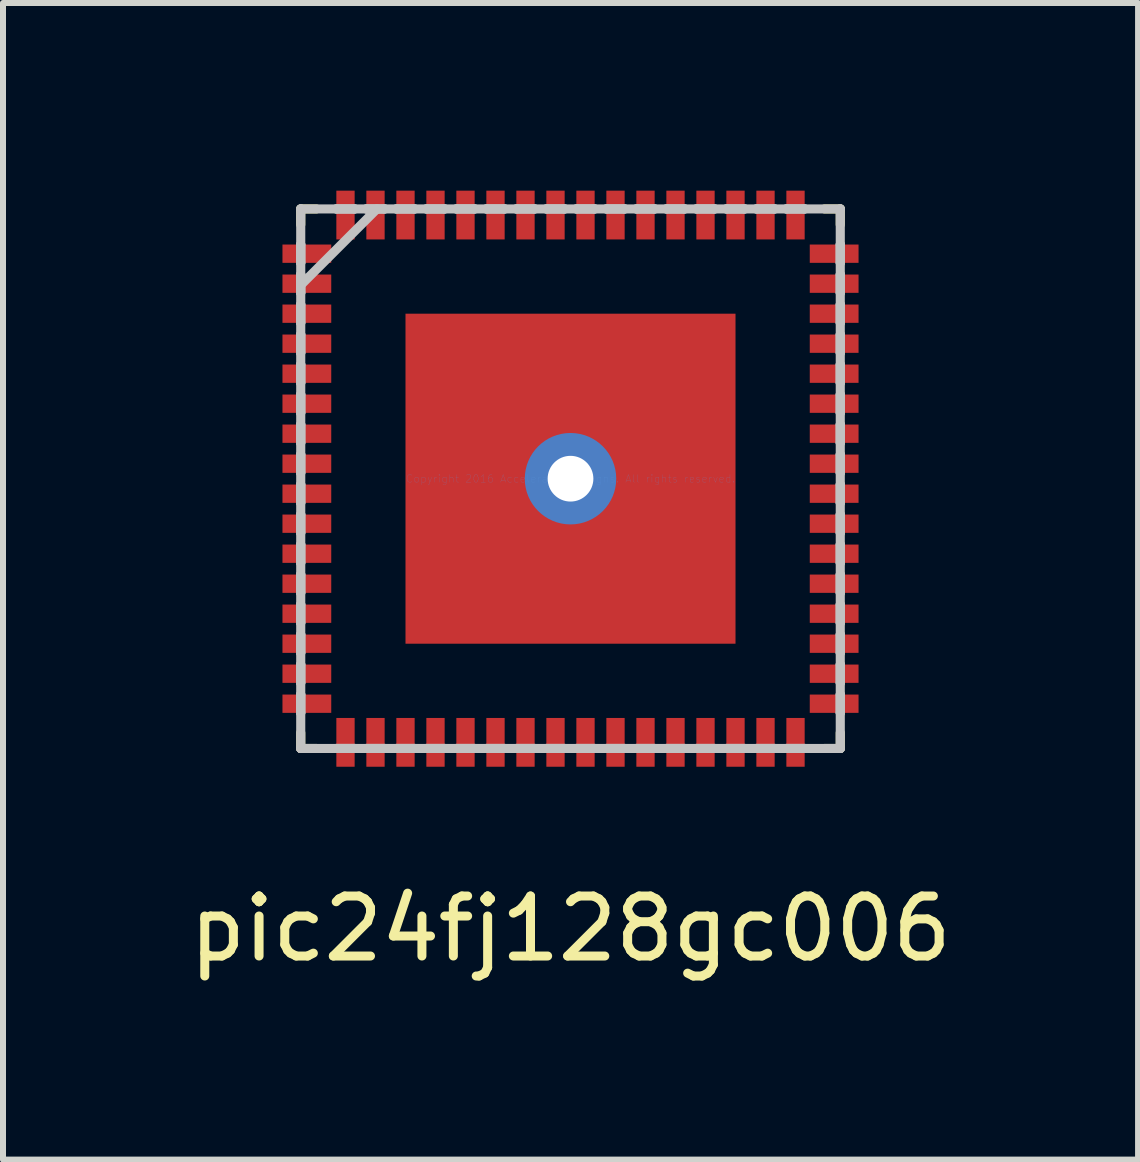
<source format=kicad_pcb>
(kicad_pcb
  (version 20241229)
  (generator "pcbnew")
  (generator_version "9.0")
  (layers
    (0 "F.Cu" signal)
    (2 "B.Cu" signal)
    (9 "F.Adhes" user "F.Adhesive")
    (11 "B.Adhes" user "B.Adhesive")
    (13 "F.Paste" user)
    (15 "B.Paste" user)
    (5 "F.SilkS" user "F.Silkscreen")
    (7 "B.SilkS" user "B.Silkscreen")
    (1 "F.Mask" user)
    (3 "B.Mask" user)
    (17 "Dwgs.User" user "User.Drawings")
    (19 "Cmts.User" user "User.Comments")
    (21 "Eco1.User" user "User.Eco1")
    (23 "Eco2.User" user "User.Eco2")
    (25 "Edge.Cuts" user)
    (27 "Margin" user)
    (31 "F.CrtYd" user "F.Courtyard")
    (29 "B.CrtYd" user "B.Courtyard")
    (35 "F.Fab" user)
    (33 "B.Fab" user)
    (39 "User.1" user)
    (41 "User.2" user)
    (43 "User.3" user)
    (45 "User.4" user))
  (footprint "pic24fj128gc006"
    (layer "F.Cu")
    (at 6.458 4.928)
    (property "Reference" "pic24fj128gc006" (at 0 7.5 0) (layer "F.SilkS") (effects (font (size 1 1) (thickness 0.15))))
    (attr through_hole)
    (fp_line (start -4.496 -4.496) (end -4.496 -4.235) (stroke (width 0.152) (type solid)) (layer "F.SilkS"))
    (fp_line (start -4.496 4.235) (end -4.496 4.496) (stroke (width 0.152) (type solid)) (layer "F.SilkS"))
    (fp_line (start -4.496 4.496) (end -4.235 4.496) (stroke (width 0.152) (type solid)) (layer "F.SilkS"))
    (fp_line (start -4.235 -4.496) (end -4.496 -4.496) (stroke (width 0.152) (type solid)) (layer "F.SilkS"))
    (fp_line (start 4.235 4.496) (end 4.496 4.496) (stroke (width 0.152) (type solid)) (layer "F.SilkS"))
    (fp_line (start 4.496 -4.496) (end 4.235 -4.496) (stroke (width 0.152) (type solid)) (layer "F.SilkS"))
    (fp_line (start 4.496 -4.235) (end 4.496 -4.496) (stroke (width 0.152) (type solid)) (layer "F.SilkS"))
    (fp_line (start 4.496 4.496) (end 4.496 4.235) (stroke (width 0.152) (type solid)) (layer "F.SilkS"))
    (fp_line (start -4.496 -4.496) (end -4.496 -4.496) (stroke (width 0.152) (type solid)) (layer "Dwgs.User"))
    (fp_line (start -4.496 -4.496) (end -4.496 4.496) (stroke (width 0.152) (type solid)) (layer "Dwgs.User"))
    (fp_line (start -4.496 -3.902) (end -4.496 -3.902) (stroke (width 0.152) (type solid)) (layer "Dwgs.User"))
    (fp_line (start -4.496 -3.902) (end -4.496 -3.598) (stroke (width 0.152) (type solid)) (layer "Dwgs.User"))
    (fp_line (start -4.496 -3.598) (end -4.496 -3.902) (stroke (width 0.152) (type solid)) (layer "Dwgs.User"))
    (fp_line (start -4.496 -3.598) (end -4.496 -3.598) (stroke (width 0.152) (type solid)) (layer "Dwgs.User"))
    (fp_line (start -4.496 -3.402) (end -4.496 -3.402) (stroke (width 0.152) (type solid)) (layer "Dwgs.User"))
    (fp_line (start -4.496 -3.402) (end -4.496 -3.098) (stroke (width 0.152) (type solid)) (layer "Dwgs.User"))
    (fp_line (start -4.496 -3.226) (end -3.226 -4.496) (stroke (width 0.152) (type solid)) (layer "Dwgs.User"))
    (fp_line (start -4.496 -3.098) (end -4.496 -3.402) (stroke (width 0.152) (type solid)) (layer "Dwgs.User"))
    (fp_line (start -4.496 -3.098) (end -4.496 -3.098) (stroke (width 0.152) (type solid)) (layer "Dwgs.User"))
    (fp_line (start -4.496 -2.902) (end -4.496 -2.902) (stroke (width 0.152) (type solid)) (layer "Dwgs.User"))
    (fp_line (start -4.496 -2.902) (end -4.496 -2.598) (stroke (width 0.152) (type solid)) (layer "Dwgs.User"))
    (fp_line (start -4.496 -2.598) (end -4.496 -2.902) (stroke (width 0.152) (type solid)) (layer "Dwgs.User"))
    (fp_line (start -4.496 -2.598) (end -4.496 -2.598) (stroke (width 0.152) (type solid)) (layer "Dwgs.User"))
    (fp_line (start -4.496 -2.402) (end -4.496 -2.402) (stroke (width 0.152) (type solid)) (layer "Dwgs.User"))
    (fp_line (start -4.496 -2.402) (end -4.496 -2.098) (stroke (width 0.152) (type solid)) (layer "Dwgs.User"))
    (fp_line (start -4.496 -2.098) (end -4.496 -2.402) (stroke (width 0.152) (type solid)) (layer "Dwgs.User"))
    (fp_line (start -4.496 -2.098) (end -4.496 -2.098) (stroke (width 0.152) (type solid)) (layer "Dwgs.User"))
    (fp_line (start -4.496 -1.902) (end -4.496 -1.902) (stroke (width 0.152) (type solid)) (layer "Dwgs.User"))
    (fp_line (start -4.496 -1.902) (end -4.496 -1.598) (stroke (width 0.152) (type solid)) (layer "Dwgs.User"))
    (fp_line (start -4.496 -1.598) (end -4.496 -1.902) (stroke (width 0.152) (type solid)) (layer "Dwgs.User"))
    (fp_line (start -4.496 -1.598) (end -4.496 -1.598) (stroke (width 0.152) (type solid)) (layer "Dwgs.User"))
    (fp_line (start -4.496 -1.402) (end -4.496 -1.402) (stroke (width 0.152) (type solid)) (layer "Dwgs.User"))
    (fp_line (start -4.496 -1.402) (end -4.496 -1.098) (stroke (width 0.152) (type solid)) (layer "Dwgs.User"))
    (fp_line (start -4.496 -1.098) (end -4.496 -1.402) (stroke (width 0.152) (type solid)) (layer "Dwgs.User"))
    (fp_line (start -4.496 -1.098) (end -4.496 -1.098) (stroke (width 0.152) (type solid)) (layer "Dwgs.User"))
    (fp_line (start -4.496 -0.902) (end -4.496 -0.902) (stroke (width 0.152) (type solid)) (layer "Dwgs.User"))
    (fp_line (start -4.496 -0.902) (end -4.496 -0.598) (stroke (width 0.152) (type solid)) (layer "Dwgs.User"))
    (fp_line (start -4.496 -0.598) (end -4.496 -0.902) (stroke (width 0.152) (type solid)) (layer "Dwgs.User"))
    (fp_line (start -4.496 -0.598) (end -4.496 -0.598) (stroke (width 0.152) (type solid)) (layer "Dwgs.User"))
    (fp_line (start -4.496 -0.402) (end -4.496 -0.402) (stroke (width 0.152) (type solid)) (layer "Dwgs.User"))
    (fp_line (start -4.496 -0.402) (end -4.496 -0.098) (stroke (width 0.152) (type solid)) (layer "Dwgs.User"))
    (fp_line (start -4.496 -0.098) (end -4.496 -0.402) (stroke (width 0.152) (type solid)) (layer "Dwgs.User"))
    (fp_line (start -4.496 -0.098) (end -4.496 -0.098) (stroke (width 0.152) (type solid)) (layer "Dwgs.User"))
    (fp_line (start -4.496 0.098) (end -4.496 0.098) (stroke (width 0.152) (type solid)) (layer "Dwgs.User"))
    (fp_line (start -4.496 0.098) (end -4.496 0.402) (stroke (width 0.152) (type solid)) (layer "Dwgs.User"))
    (fp_line (start -4.496 0.402) (end -4.496 0.098) (stroke (width 0.152) (type solid)) (layer "Dwgs.User"))
    (fp_line (start -4.496 0.402) (end -4.496 0.402) (stroke (width 0.152) (type solid)) (layer "Dwgs.User"))
    (fp_line (start -4.496 0.598) (end -4.496 0.598) (stroke (width 0.152) (type solid)) (layer "Dwgs.User"))
    (fp_line (start -4.496 0.598) (end -4.496 0.902) (stroke (width 0.152) (type solid)) (layer "Dwgs.User"))
    (fp_line (start -4.496 0.902) (end -4.496 0.598) (stroke (width 0.152) (type solid)) (layer "Dwgs.User"))
    (fp_line (start -4.496 0.902) (end -4.496 0.902) (stroke (width 0.152) (type solid)) (layer "Dwgs.User"))
    (fp_line (start -4.496 1.098) (end -4.496 1.098) (stroke (width 0.152) (type solid)) (layer "Dwgs.User"))
    (fp_line (start -4.496 1.098) (end -4.496 1.402) (stroke (width 0.152) (type solid)) (layer "Dwgs.User"))
    (fp_line (start -4.496 1.402) (end -4.496 1.098) (stroke (width 0.152) (type solid)) (layer "Dwgs.User"))
    (fp_line (start -4.496 1.402) (end -4.496 1.402) (stroke (width 0.152) (type solid)) (layer "Dwgs.User"))
    (fp_line (start -4.496 1.598) (end -4.496 1.598) (stroke (width 0.152) (type solid)) (layer "Dwgs.User"))
    (fp_line (start -4.496 1.598) (end -4.496 1.902) (stroke (width 0.152) (type solid)) (layer "Dwgs.User"))
    (fp_line (start -4.496 1.902) (end -4.496 1.598) (stroke (width 0.152) (type solid)) (layer "Dwgs.User"))
    (fp_line (start -4.496 1.902) (end -4.496 1.902) (stroke (width 0.152) (type solid)) (layer "Dwgs.User"))
    (fp_line (start -4.496 2.098) (end -4.496 2.098) (stroke (width 0.152) (type solid)) (layer "Dwgs.User"))
    (fp_line (start -4.496 2.098) (end -4.496 2.402) (stroke (width 0.152) (type solid)) (layer "Dwgs.User"))
    (fp_line (start -4.496 2.402) (end -4.496 2.098) (stroke (width 0.152) (type solid)) (layer "Dwgs.User"))
    (fp_line (start -4.496 2.402) (end -4.496 2.402) (stroke (width 0.152) (type solid)) (layer "Dwgs.User"))
    (fp_line (start -4.496 2.598) (end -4.496 2.598) (stroke (width 0.152) (type solid)) (layer "Dwgs.User"))
    (fp_line (start -4.496 2.598) (end -4.496 2.902) (stroke (width 0.152) (type solid)) (layer "Dwgs.User"))
    (fp_line (start -4.496 2.902) (end -4.496 2.598) (stroke (width 0.152) (type solid)) (layer "Dwgs.User"))
    (fp_line (start -4.496 2.902) (end -4.496 2.902) (stroke (width 0.152) (type solid)) (layer "Dwgs.User"))
    (fp_line (start -4.496 3.098) (end -4.496 3.098) (stroke (width 0.152) (type solid)) (layer "Dwgs.User"))
    (fp_line (start -4.496 3.098) (end -4.496 3.402) (stroke (width 0.152) (type solid)) (layer "Dwgs.User"))
    (fp_line (start -4.496 3.402) (end -4.496 3.098) (stroke (width 0.152) (type solid)) (layer "Dwgs.User"))
    (fp_line (start -4.496 3.402) (end -4.496 3.402) (stroke (width 0.152) (type solid)) (layer "Dwgs.User"))
    (fp_line (start -4.496 3.598) (end -4.496 3.598) (stroke (width 0.152) (type solid)) (layer "Dwgs.User"))
    (fp_line (start -4.496 3.598) (end -4.496 3.902) (stroke (width 0.152) (type solid)) (layer "Dwgs.User"))
    (fp_line (start -4.496 3.902) (end -4.496 3.598) (stroke (width 0.152) (type solid)) (layer "Dwgs.User"))
    (fp_line (start -4.496 3.902) (end -4.496 3.902) (stroke (width 0.152) (type solid)) (layer "Dwgs.User"))
    (fp_line (start -4.496 4.496) (end -4.496 4.496) (stroke (width 0.152) (type solid)) (layer "Dwgs.User"))
    (fp_line (start -4.496 4.496) (end 4.496 4.496) (stroke (width 0.152) (type solid)) (layer "Dwgs.User"))
    (fp_line (start -3.902 -4.496) (end -3.902 -4.496) (stroke (width 0.152) (type solid)) (layer "Dwgs.User"))
    (fp_line (start -3.902 -4.496) (end -3.598 -4.496) (stroke (width 0.152) (type solid)) (layer "Dwgs.User"))
    (fp_line (start -3.902 4.496) (end -3.902 4.496) (stroke (width 0.152) (type solid)) (layer "Dwgs.User"))
    (fp_line (start -3.902 4.496) (end -3.598 4.496) (stroke (width 0.152) (type solid)) (layer "Dwgs.User"))
    (fp_line (start -3.598 -4.496) (end -3.902 -4.496) (stroke (width 0.152) (type solid)) (layer "Dwgs.User"))
    (fp_line (start -3.598 -4.496) (end -3.598 -4.496) (stroke (width 0.152) (type solid)) (layer "Dwgs.User"))
    (fp_line (start -3.598 4.496) (end -3.902 4.496) (stroke (width 0.152) (type solid)) (layer "Dwgs.User"))
    (fp_line (start -3.598 4.496) (end -3.598 4.496) (stroke (width 0.152) (type solid)) (layer "Dwgs.User"))
    (fp_line (start -3.402 -4.496) (end -3.402 -4.496) (stroke (width 0.152) (type solid)) (layer "Dwgs.User"))
    (fp_line (start -3.402 -4.496) (end -3.098 -4.496) (stroke (width 0.152) (type solid)) (layer "Dwgs.User"))
    (fp_line (start -3.402 4.496) (end -3.402 4.496) (stroke (width 0.152) (type solid)) (layer "Dwgs.User"))
    (fp_line (start -3.402 4.496) (end -3.098 4.496) (stroke (width 0.152) (type solid)) (layer "Dwgs.User"))
    (fp_line (start -3.098 -4.496) (end -3.402 -4.496) (stroke (width 0.152) (type solid)) (layer "Dwgs.User"))
    (fp_line (start -3.098 -4.496) (end -3.098 -4.496) (stroke (width 0.152) (type solid)) (layer "Dwgs.User"))
    (fp_line (start -3.098 4.496) (end -3.402 4.496) (stroke (width 0.152) (type solid)) (layer "Dwgs.User"))
    (fp_line (start -3.098 4.496) (end -3.098 4.496) (stroke (width 0.152) (type solid)) (layer "Dwgs.User"))
    (fp_line (start -2.902 -4.496) (end -2.902 -4.496) (stroke (width 0.152) (type solid)) (layer "Dwgs.User"))
    (fp_line (start -2.902 -4.496) (end -2.598 -4.496) (stroke (width 0.152) (type solid)) (layer "Dwgs.User"))
    (fp_line (start -2.902 4.496) (end -2.902 4.496) (stroke (width 0.152) (type solid)) (layer "Dwgs.User"))
    (fp_line (start -2.902 4.496) (end -2.598 4.496) (stroke (width 0.152) (type solid)) (layer "Dwgs.User"))
    (fp_line (start -2.598 -4.496) (end -2.902 -4.496) (stroke (width 0.152) (type solid)) (layer "Dwgs.User"))
    (fp_line (start -2.598 -4.496) (end -2.598 -4.496) (stroke (width 0.152) (type solid)) (layer "Dwgs.User"))
    (fp_line (start -2.598 4.496) (end -2.902 4.496) (stroke (width 0.152) (type solid)) (layer "Dwgs.User"))
    (fp_line (start -2.598 4.496) (end -2.598 4.496) (stroke (width 0.152) (type solid)) (layer "Dwgs.User"))
    (fp_line (start -2.402 -4.496) (end -2.402 -4.496) (stroke (width 0.152) (type solid)) (layer "Dwgs.User"))
    (fp_line (start -2.402 -4.496) (end -2.098 -4.496) (stroke (width 0.152) (type solid)) (layer "Dwgs.User"))
    (fp_line (start -2.402 4.496) (end -2.402 4.496) (stroke (width 0.152) (type solid)) (layer "Dwgs.User"))
    (fp_line (start -2.402 4.496) (end -2.098 4.496) (stroke (width 0.152) (type solid)) (layer "Dwgs.User"))
    (fp_line (start -2.098 -4.496) (end -2.402 -4.496) (stroke (width 0.152) (type solid)) (layer "Dwgs.User"))
    (fp_line (start -2.098 -4.496) (end -2.098 -4.496) (stroke (width 0.152) (type solid)) (layer "Dwgs.User"))
    (fp_line (start -2.098 4.496) (end -2.402 4.496) (stroke (width 0.152) (type solid)) (layer "Dwgs.User"))
    (fp_line (start -2.098 4.496) (end -2.098 4.496) (stroke (width 0.152) (type solid)) (layer "Dwgs.User"))
    (fp_line (start -1.902 -4.496) (end -1.902 -4.496) (stroke (width 0.152) (type solid)) (layer "Dwgs.User"))
    (fp_line (start -1.902 -4.496) (end -1.598 -4.496) (stroke (width 0.152) (type solid)) (layer "Dwgs.User"))
    (fp_line (start -1.902 4.496) (end -1.902 4.496) (stroke (width 0.152) (type solid)) (layer "Dwgs.User"))
    (fp_line (start -1.902 4.496) (end -1.598 4.496) (stroke (width 0.152) (type solid)) (layer "Dwgs.User"))
    (fp_line (start -1.598 -4.496) (end -1.902 -4.496) (stroke (width 0.152) (type solid)) (layer "Dwgs.User"))
    (fp_line (start -1.598 -4.496) (end -1.598 -4.496) (stroke (width 0.152) (type solid)) (layer "Dwgs.User"))
    (fp_line (start -1.598 4.496) (end -1.902 4.496) (stroke (width 0.152) (type solid)) (layer "Dwgs.User"))
    (fp_line (start -1.598 4.496) (end -1.598 4.496) (stroke (width 0.152) (type solid)) (layer "Dwgs.User"))
    (fp_line (start -1.402 -4.496) (end -1.402 -4.496) (stroke (width 0.152) (type solid)) (layer "Dwgs.User"))
    (fp_line (start -1.402 -4.496) (end -1.098 -4.496) (stroke (width 0.152) (type solid)) (layer "Dwgs.User"))
    (fp_line (start -1.402 4.496) (end -1.402 4.496) (stroke (width 0.152) (type solid)) (layer "Dwgs.User"))
    (fp_line (start -1.402 4.496) (end -1.098 4.496) (stroke (width 0.152) (type solid)) (layer "Dwgs.User"))
    (fp_line (start -1.098 -4.496) (end -1.402 -4.496) (stroke (width 0.152) (type solid)) (layer "Dwgs.User"))
    (fp_line (start -1.098 -4.496) (end -1.098 -4.496) (stroke (width 0.152) (type solid)) (layer "Dwgs.User"))
    (fp_line (start -1.098 4.496) (end -1.402 4.496) (stroke (width 0.152) (type solid)) (layer "Dwgs.User"))
    (fp_line (start -1.098 4.496) (end -1.098 4.496) (stroke (width 0.152) (type solid)) (layer "Dwgs.User"))
    (fp_line (start -0.902 -4.496) (end -0.902 -4.496) (stroke (width 0.152) (type solid)) (layer "Dwgs.User"))
    (fp_line (start -0.902 -4.496) (end -0.598 -4.496) (stroke (width 0.152) (type solid)) (layer "Dwgs.User"))
    (fp_line (start -0.902 4.496) (end -0.902 4.496) (stroke (width 0.152) (type solid)) (layer "Dwgs.User"))
    (fp_line (start -0.902 4.496) (end -0.598 4.496) (stroke (width 0.152) (type solid)) (layer "Dwgs.User"))
    (fp_line (start -0.598 -4.496) (end -0.902 -4.496) (stroke (width 0.152) (type solid)) (layer "Dwgs.User"))
    (fp_line (start -0.598 -4.496) (end -0.598 -4.496) (stroke (width 0.152) (type solid)) (layer "Dwgs.User"))
    (fp_line (start -0.598 4.496) (end -0.902 4.496) (stroke (width 0.152) (type solid)) (layer "Dwgs.User"))
    (fp_line (start -0.598 4.496) (end -0.598 4.496) (stroke (width 0.152) (type solid)) (layer "Dwgs.User"))
    (fp_line (start -0.402 -4.496) (end -0.402 -4.496) (stroke (width 0.152) (type solid)) (layer "Dwgs.User"))
    (fp_line (start -0.402 -4.496) (end -0.098 -4.496) (stroke (width 0.152) (type solid)) (layer "Dwgs.User"))
    (fp_line (start -0.402 4.496) (end -0.402 4.496) (stroke (width 0.152) (type solid)) (layer "Dwgs.User"))
    (fp_line (start -0.402 4.496) (end -0.098 4.496) (stroke (width 0.152) (type solid)) (layer "Dwgs.User"))
    (fp_line (start -0.098 -4.496) (end -0.402 -4.496) (stroke (width 0.152) (type solid)) (layer "Dwgs.User"))
    (fp_line (start -0.098 -4.496) (end -0.098 -4.496) (stroke (width 0.152) (type solid)) (layer "Dwgs.User"))
    (fp_line (start -0.098 4.496) (end -0.402 4.496) (stroke (width 0.152) (type solid)) (layer "Dwgs.User"))
    (fp_line (start -0.098 4.496) (end -0.098 4.496) (stroke (width 0.152) (type solid)) (layer "Dwgs.User"))
    (fp_line (start 0.098 -4.496) (end 0.098 -4.496) (stroke (width 0.152) (type solid)) (layer "Dwgs.User"))
    (fp_line (start 0.098 -4.496) (end 0.402 -4.496) (stroke (width 0.152) (type solid)) (layer "Dwgs.User"))
    (fp_line (start 0.098 4.496) (end 0.098 4.496) (stroke (width 0.152) (type solid)) (layer "Dwgs.User"))
    (fp_line (start 0.098 4.496) (end 0.402 4.496) (stroke (width 0.152) (type solid)) (layer "Dwgs.User"))
    (fp_line (start 0.402 -4.496) (end 0.098 -4.496) (stroke (width 0.152) (type solid)) (layer "Dwgs.User"))
    (fp_line (start 0.402 -4.496) (end 0.402 -4.496) (stroke (width 0.152) (type solid)) (layer "Dwgs.User"))
    (fp_line (start 0.402 4.496) (end 0.098 4.496) (stroke (width 0.152) (type solid)) (layer "Dwgs.User"))
    (fp_line (start 0.402 4.496) (end 0.402 4.496) (stroke (width 0.152) (type solid)) (layer "Dwgs.User"))
    (fp_line (start 0.598 -4.496) (end 0.598 -4.496) (stroke (width 0.152) (type solid)) (layer "Dwgs.User"))
    (fp_line (start 0.598 -4.496) (end 0.902 -4.496) (stroke (width 0.152) (type solid)) (layer "Dwgs.User"))
    (fp_line (start 0.598 4.496) (end 0.598 4.496) (stroke (width 0.152) (type solid)) (layer "Dwgs.User"))
    (fp_line (start 0.598 4.496) (end 0.902 4.496) (stroke (width 0.152) (type solid)) (layer "Dwgs.User"))
    (fp_line (start 0.902 -4.496) (end 0.598 -4.496) (stroke (width 0.152) (type solid)) (layer "Dwgs.User"))
    (fp_line (start 0.902 -4.496) (end 0.902 -4.496) (stroke (width 0.152) (type solid)) (layer "Dwgs.User"))
    (fp_line (start 0.902 4.496) (end 0.598 4.496) (stroke (width 0.152) (type solid)) (layer "Dwgs.User"))
    (fp_line (start 0.902 4.496) (end 0.902 4.496) (stroke (width 0.152) (type solid)) (layer "Dwgs.User"))
    (fp_line (start 1.098 -4.496) (end 1.098 -4.496) (stroke (width 0.152) (type solid)) (layer "Dwgs.User"))
    (fp_line (start 1.098 -4.496) (end 1.402 -4.496) (stroke (width 0.152) (type solid)) (layer "Dwgs.User"))
    (fp_line (start 1.098 4.496) (end 1.098 4.496) (stroke (width 0.152) (type solid)) (layer "Dwgs.User"))
    (fp_line (start 1.098 4.496) (end 1.402 4.496) (stroke (width 0.152) (type solid)) (layer "Dwgs.User"))
    (fp_line (start 1.402 -4.496) (end 1.098 -4.496) (stroke (width 0.152) (type solid)) (layer "Dwgs.User"))
    (fp_line (start 1.402 -4.496) (end 1.402 -4.496) (stroke (width 0.152) (type solid)) (layer "Dwgs.User"))
    (fp_line (start 1.402 4.496) (end 1.098 4.496) (stroke (width 0.152) (type solid)) (layer "Dwgs.User"))
    (fp_line (start 1.402 4.496) (end 1.402 4.496) (stroke (width 0.152) (type solid)) (layer "Dwgs.User"))
    (fp_line (start 1.598 -4.496) (end 1.598 -4.496) (stroke (width 0.152) (type solid)) (layer "Dwgs.User"))
    (fp_line (start 1.598 -4.496) (end 1.902 -4.496) (stroke (width 0.152) (type solid)) (layer "Dwgs.User"))
    (fp_line (start 1.598 4.496) (end 1.598 4.496) (stroke (width 0.152) (type solid)) (layer "Dwgs.User"))
    (fp_line (start 1.598 4.496) (end 1.902 4.496) (stroke (width 0.152) (type solid)) (layer "Dwgs.User"))
    (fp_line (start 1.902 -4.496) (end 1.598 -4.496) (stroke (width 0.152) (type solid)) (layer "Dwgs.User"))
    (fp_line (start 1.902 -4.496) (end 1.902 -4.496) (stroke (width 0.152) (type solid)) (layer "Dwgs.User"))
    (fp_line (start 1.902 4.496) (end 1.598 4.496) (stroke (width 0.152) (type solid)) (layer "Dwgs.User"))
    (fp_line (start 1.902 4.496) (end 1.902 4.496) (stroke (width 0.152) (type solid)) (layer "Dwgs.User"))
    (fp_line (start 2.098 -4.496) (end 2.098 -4.496) (stroke (width 0.152) (type solid)) (layer "Dwgs.User"))
    (fp_line (start 2.098 -4.496) (end 2.402 -4.496) (stroke (width 0.152) (type solid)) (layer "Dwgs.User"))
    (fp_line (start 2.098 4.496) (end 2.098 4.496) (stroke (width 0.152) (type solid)) (layer "Dwgs.User"))
    (fp_line (start 2.098 4.496) (end 2.402 4.496) (stroke (width 0.152) (type solid)) (layer "Dwgs.User"))
    (fp_line (start 2.402 -4.496) (end 2.098 -4.496) (stroke (width 0.152) (type solid)) (layer "Dwgs.User"))
    (fp_line (start 2.402 -4.496) (end 2.402 -4.496) (stroke (width 0.152) (type solid)) (layer "Dwgs.User"))
    (fp_line (start 2.402 4.496) (end 2.098 4.496) (stroke (width 0.152) (type solid)) (layer "Dwgs.User"))
    (fp_line (start 2.402 4.496) (end 2.402 4.496) (stroke (width 0.152) (type solid)) (layer "Dwgs.User"))
    (fp_line (start 2.598 -4.496) (end 2.598 -4.496) (stroke (width 0.152) (type solid)) (layer "Dwgs.User"))
    (fp_line (start 2.598 -4.496) (end 2.902 -4.496) (stroke (width 0.152) (type solid)) (layer "Dwgs.User"))
    (fp_line (start 2.598 4.496) (end 2.598 4.496) (stroke (width 0.152) (type solid)) (layer "Dwgs.User"))
    (fp_line (start 2.598 4.496) (end 2.902 4.496) (stroke (width 0.152) (type solid)) (layer "Dwgs.User"))
    (fp_line (start 2.902 -4.496) (end 2.598 -4.496) (stroke (width 0.152) (type solid)) (layer "Dwgs.User"))
    (fp_line (start 2.902 -4.496) (end 2.902 -4.496) (stroke (width 0.152) (type solid)) (layer "Dwgs.User"))
    (fp_line (start 2.902 4.496) (end 2.598 4.496) (stroke (width 0.152) (type solid)) (layer "Dwgs.User"))
    (fp_line (start 2.902 4.496) (end 2.902 4.496) (stroke (width 0.152) (type solid)) (layer "Dwgs.User"))
    (fp_line (start 3.098 -4.496) (end 3.098 -4.496) (stroke (width 0.152) (type solid)) (layer "Dwgs.User"))
    (fp_line (start 3.098 -4.496) (end 3.402 -4.496) (stroke (width 0.152) (type solid)) (layer "Dwgs.User"))
    (fp_line (start 3.098 4.496) (end 3.098 4.496) (stroke (width 0.152) (type solid)) (layer "Dwgs.User"))
    (fp_line (start 3.098 4.496) (end 3.402 4.496) (stroke (width 0.152) (type solid)) (layer "Dwgs.User"))
    (fp_line (start 3.402 -4.496) (end 3.098 -4.496) (stroke (width 0.152) (type solid)) (layer "Dwgs.User"))
    (fp_line (start 3.402 -4.496) (end 3.402 -4.496) (stroke (width 0.152) (type solid)) (layer "Dwgs.User"))
    (fp_line (start 3.402 4.496) (end 3.098 4.496) (stroke (width 0.152) (type solid)) (layer "Dwgs.User"))
    (fp_line (start 3.402 4.496) (end 3.402 4.496) (stroke (width 0.152) (type solid)) (layer "Dwgs.User"))
    (fp_line (start 3.598 -4.496) (end 3.598 -4.496) (stroke (width 0.152) (type solid)) (layer "Dwgs.User"))
    (fp_line (start 3.598 -4.496) (end 3.902 -4.496) (stroke (width 0.152) (type solid)) (layer "Dwgs.User"))
    (fp_line (start 3.598 4.496) (end 3.598 4.496) (stroke (width 0.152) (type solid)) (layer "Dwgs.User"))
    (fp_line (start 3.598 4.496) (end 3.902 4.496) (stroke (width 0.152) (type solid)) (layer "Dwgs.User"))
    (fp_line (start 3.902 -4.496) (end 3.598 -4.496) (stroke (width 0.152) (type solid)) (layer "Dwgs.User"))
    (fp_line (start 3.902 -4.496) (end 3.902 -4.496) (stroke (width 0.152) (type solid)) (layer "Dwgs.User"))
    (fp_line (start 3.902 4.496) (end 3.598 4.496) (stroke (width 0.152) (type solid)) (layer "Dwgs.User"))
    (fp_line (start 3.902 4.496) (end 3.902 4.496) (stroke (width 0.152) (type solid)) (layer "Dwgs.User"))
    (fp_line (start 4.496 -4.496) (end -4.496 -4.496) (stroke (width 0.152) (type solid)) (layer "Dwgs.User"))
    (fp_line (start 4.496 -4.496) (end 4.496 -4.496) (stroke (width 0.152) (type solid)) (layer "Dwgs.User"))
    (fp_line (start 4.496 -3.902) (end 4.496 -3.902) (stroke (width 0.152) (type solid)) (layer "Dwgs.User"))
    (fp_line (start 4.496 -3.902) (end 4.496 -3.598) (stroke (width 0.152) (type solid)) (layer "Dwgs.User"))
    (fp_line (start 4.496 -3.598) (end 4.496 -3.902) (stroke (width 0.152) (type solid)) (layer "Dwgs.User"))
    (fp_line (start 4.496 -3.598) (end 4.496 -3.598) (stroke (width 0.152) (type solid)) (layer "Dwgs.User"))
    (fp_line (start 4.496 -3.402) (end 4.496 -3.402) (stroke (width 0.152) (type solid)) (layer "Dwgs.User"))
    (fp_line (start 4.496 -3.402) (end 4.496 -3.098) (stroke (width 0.152) (type solid)) (layer "Dwgs.User"))
    (fp_line (start 4.496 -3.098) (end 4.496 -3.402) (stroke (width 0.152) (type solid)) (layer "Dwgs.User"))
    (fp_line (start 4.496 -3.098) (end 4.496 -3.098) (stroke (width 0.152) (type solid)) (layer "Dwgs.User"))
    (fp_line (start 4.496 -2.902) (end 4.496 -2.902) (stroke (width 0.152) (type solid)) (layer "Dwgs.User"))
    (fp_line (start 4.496 -2.902) (end 4.496 -2.598) (stroke (width 0.152) (type solid)) (layer "Dwgs.User"))
    (fp_line (start 4.496 -2.598) (end 4.496 -2.902) (stroke (width 0.152) (type solid)) (layer "Dwgs.User"))
    (fp_line (start 4.496 -2.598) (end 4.496 -2.598) (stroke (width 0.152) (type solid)) (layer "Dwgs.User"))
    (fp_line (start 4.496 -2.402) (end 4.496 -2.402) (stroke (width 0.152) (type solid)) (layer "Dwgs.User"))
    (fp_line (start 4.496 -2.402) (end 4.496 -2.098) (stroke (width 0.152) (type solid)) (layer "Dwgs.User"))
    (fp_line (start 4.496 -2.098) (end 4.496 -2.402) (stroke (width 0.152) (type solid)) (layer "Dwgs.User"))
    (fp_line (start 4.496 -2.098) (end 4.496 -2.098) (stroke (width 0.152) (type solid)) (layer "Dwgs.User"))
    (fp_line (start 4.496 -1.902) (end 4.496 -1.902) (stroke (width 0.152) (type solid)) (layer "Dwgs.User"))
    (fp_line (start 4.496 -1.902) (end 4.496 -1.598) (stroke (width 0.152) (type solid)) (layer "Dwgs.User"))
    (fp_line (start 4.496 -1.598) (end 4.496 -1.902) (stroke (width 0.152) (type solid)) (layer "Dwgs.User"))
    (fp_line (start 4.496 -1.598) (end 4.496 -1.598) (stroke (width 0.152) (type solid)) (layer "Dwgs.User"))
    (fp_line (start 4.496 -1.402) (end 4.496 -1.402) (stroke (width 0.152) (type solid)) (layer "Dwgs.User"))
    (fp_line (start 4.496 -1.402) (end 4.496 -1.098) (stroke (width 0.152) (type solid)) (layer "Dwgs.User"))
    (fp_line (start 4.496 -1.098) (end 4.496 -1.402) (stroke (width 0.152) (type solid)) (layer "Dwgs.User"))
    (fp_line (start 4.496 -1.098) (end 4.496 -1.098) (stroke (width 0.152) (type solid)) (layer "Dwgs.User"))
    (fp_line (start 4.496 -0.902) (end 4.496 -0.902) (stroke (width 0.152) (type solid)) (layer "Dwgs.User"))
    (fp_line (start 4.496 -0.902) (end 4.496 -0.598) (stroke (width 0.152) (type solid)) (layer "Dwgs.User"))
    (fp_line (start 4.496 -0.598) (end 4.496 -0.902) (stroke (width 0.152) (type solid)) (layer "Dwgs.User"))
    (fp_line (start 4.496 -0.598) (end 4.496 -0.598) (stroke (width 0.152) (type solid)) (layer "Dwgs.User"))
    (fp_line (start 4.496 -0.402) (end 4.496 -0.402) (stroke (width 0.152) (type solid)) (layer "Dwgs.User"))
    (fp_line (start 4.496 -0.402) (end 4.496 -0.098) (stroke (width 0.152) (type solid)) (layer "Dwgs.User"))
    (fp_line (start 4.496 -0.098) (end 4.496 -0.402) (stroke (width 0.152) (type solid)) (layer "Dwgs.User"))
    (fp_line (start 4.496 -0.098) (end 4.496 -0.098) (stroke (width 0.152) (type solid)) (layer "Dwgs.User"))
    (fp_line (start 4.496 0.098) (end 4.496 0.098) (stroke (width 0.152) (type solid)) (layer "Dwgs.User"))
    (fp_line (start 4.496 0.098) (end 4.496 0.402) (stroke (width 0.152) (type solid)) (layer "Dwgs.User"))
    (fp_line (start 4.496 0.402) (end 4.496 0.098) (stroke (width 0.152) (type solid)) (layer "Dwgs.User"))
    (fp_line (start 4.496 0.402) (end 4.496 0.402) (stroke (width 0.152) (type solid)) (layer "Dwgs.User"))
    (fp_line (start 4.496 0.598) (end 4.496 0.598) (stroke (width 0.152) (type solid)) (layer "Dwgs.User"))
    (fp_line (start 4.496 0.598) (end 4.496 0.902) (stroke (width 0.152) (type solid)) (layer "Dwgs.User"))
    (fp_line (start 4.496 0.902) (end 4.496 0.598) (stroke (width 0.152) (type solid)) (layer "Dwgs.User"))
    (fp_line (start 4.496 0.902) (end 4.496 0.902) (stroke (width 0.152) (type solid)) (layer "Dwgs.User"))
    (fp_line (start 4.496 1.098) (end 4.496 1.098) (stroke (width 0.152) (type solid)) (layer "Dwgs.User"))
    (fp_line (start 4.496 1.098) (end 4.496 1.402) (stroke (width 0.152) (type solid)) (layer "Dwgs.User"))
    (fp_line (start 4.496 1.402) (end 4.496 1.098) (stroke (width 0.152) (type solid)) (layer "Dwgs.User"))
    (fp_line (start 4.496 1.402) (end 4.496 1.402) (stroke (width 0.152) (type solid)) (layer "Dwgs.User"))
    (fp_line (start 4.496 1.598) (end 4.496 1.598) (stroke (width 0.152) (type solid)) (layer "Dwgs.User"))
    (fp_line (start 4.496 1.598) (end 4.496 1.902) (stroke (width 0.152) (type solid)) (layer "Dwgs.User"))
    (fp_line (start 4.496 1.902) (end 4.496 1.598) (stroke (width 0.152) (type solid)) (layer "Dwgs.User"))
    (fp_line (start 4.496 1.902) (end 4.496 1.902) (stroke (width 0.152) (type solid)) (layer "Dwgs.User"))
    (fp_line (start 4.496 2.098) (end 4.496 2.098) (stroke (width 0.152) (type solid)) (layer "Dwgs.User"))
    (fp_line (start 4.496 2.098) (end 4.496 2.402) (stroke (width 0.152) (type solid)) (layer "Dwgs.User"))
    (fp_line (start 4.496 2.402) (end 4.496 2.098) (stroke (width 0.152) (type solid)) (layer "Dwgs.User"))
    (fp_line (start 4.496 2.402) (end 4.496 2.402) (stroke (width 0.152) (type solid)) (layer "Dwgs.User"))
    (fp_line (start 4.496 2.598) (end 4.496 2.598) (stroke (width 0.152) (type solid)) (layer "Dwgs.User"))
    (fp_line (start 4.496 2.598) (end 4.496 2.902) (stroke (width 0.152) (type solid)) (layer "Dwgs.User"))
    (fp_line (start 4.496 2.902) (end 4.496 2.598) (stroke (width 0.152) (type solid)) (layer "Dwgs.User"))
    (fp_line (start 4.496 2.902) (end 4.496 2.902) (stroke (width 0.152) (type solid)) (layer "Dwgs.User"))
    (fp_line (start 4.496 3.098) (end 4.496 3.098) (stroke (width 0.152) (type solid)) (layer "Dwgs.User"))
    (fp_line (start 4.496 3.098) (end 4.496 3.402) (stroke (width 0.152) (type solid)) (layer "Dwgs.User"))
    (fp_line (start 4.496 3.402) (end 4.496 3.098) (stroke (width 0.152) (type solid)) (layer "Dwgs.User"))
    (fp_line (start 4.496 3.402) (end 4.496 3.402) (stroke (width 0.152) (type solid)) (layer "Dwgs.User"))
    (fp_line (start 4.496 3.598) (end 4.496 3.598) (stroke (width 0.152) (type solid)) (layer "Dwgs.User"))
    (fp_line (start 4.496 3.598) (end 4.496 3.902) (stroke (width 0.152) (type solid)) (layer "Dwgs.User"))
    (fp_line (start 4.496 3.902) (end 4.496 3.598) (stroke (width 0.152) (type solid)) (layer "Dwgs.User"))
    (fp_line (start 4.496 3.902) (end 4.496 3.902) (stroke (width 0.152) (type solid)) (layer "Dwgs.User"))
    (fp_line (start 4.496 4.496) (end 4.496 -4.496) (stroke (width 0.152) (type solid)) (layer "Dwgs.User"))
    (fp_line (start 4.496 4.496) (end 4.496 4.496) (stroke (width 0.152) (type solid)) (layer "Dwgs.User"))
    (fp_text user "Copyright 2016 Accelerated Designs. All rights reserved." (at 0 0 0) (layer "Cmts.User") (effects (font (size 0.127 0.127) (thickness 0.002))))
    (pad "" smd rect (at -4.394 -3.75 90) (size 0.508 1.067) (layers "F.Mask"))
    (pad "" smd rect (at -4.394 -3.25 90) (size 0.508 1.067) (layers "F.Mask"))
    (pad "" smd rect (at -4.394 -2.75 90) (size 0.508 1.067) (layers "F.Mask"))
    (pad "" smd rect (at -4.394 -2.25 90) (size 0.508 1.067) (layers "F.Mask"))
    (pad "" smd rect (at -4.394 -1.75 90) (size 0.508 1.067) (layers "F.Mask"))
    (pad "" smd rect (at -4.394 -1.25 90) (size 0.508 1.067) (layers "F.Mask"))
    (pad "" smd rect (at -4.394 -0.75 90) (size 0.508 1.067) (layers "F.Mask"))
    (pad "" smd rect (at -4.394 -0.25 90) (size 0.508 1.067) (layers "F.Mask"))
    (pad "" smd rect (at -4.394 0.25 90) (size 0.508 1.067) (layers "F.Mask"))
    (pad "" smd rect (at -4.394 0.75 90) (size 0.508 1.067) (layers "F.Mask"))
    (pad "" smd rect (at -4.394 1.25 90) (size 0.508 1.067) (layers "F.Mask"))
    (pad "" smd rect (at -4.394 1.75 90) (size 0.508 1.067) (layers "F.Mask"))
    (pad "" smd rect (at -4.394 2.25 90) (size 0.508 1.067) (layers "F.Mask"))
    (pad "" smd rect (at -4.394 2.75 90) (size 0.508 1.067) (layers "F.Mask"))
    (pad "" smd rect (at -4.394 3.25 90) (size 0.508 1.067) (layers "F.Mask"))
    (pad "" smd rect (at -4.394 3.75 90) (size 0.508 1.067) (layers "F.Mask"))
    (pad "" smd rect (at -3.75 -4.394) (size 0.508 1.067) (layers "F.Mask"))
    (pad "" smd rect (at -3.75 4.394) (size 0.508 1.067) (layers "F.Mask"))
    (pad "" smd rect (at -3.25 -4.394) (size 0.508 1.067) (layers "F.Mask"))
    (pad "" smd rect (at -3.25 4.394) (size 0.508 1.067) (layers "F.Mask"))
    (pad "" smd rect (at -2.75 -4.394) (size 0.508 1.067) (layers "F.Mask"))
    (pad "" smd rect (at -2.75 4.394) (size 0.508 1.067) (layers "F.Mask"))
    (pad "" smd rect (at -2.25 -4.394) (size 0.508 1.067) (layers "F.Mask"))
    (pad "" smd rect (at -2.25 4.394) (size 0.508 1.067) (layers "F.Mask"))
    (pad "" smd rect (at -1.75 -4.394) (size 0.508 1.067) (layers "F.Mask"))
    (pad "" smd rect (at -1.75 4.394) (size 0.508 1.067) (layers "F.Mask"))
    (pad "" smd rect (at -1.25 -4.394) (size 0.508 1.067) (layers "F.Mask"))
    (pad "" smd rect (at -1.25 4.394) (size 0.508 1.067) (layers "F.Mask"))
    (pad "" smd rect (at -0.75 -4.394) (size 0.508 1.067) (layers "F.Mask"))
    (pad "" smd rect (at -0.75 4.394) (size 0.508 1.067) (layers "F.Mask"))
    (pad "" smd rect (at -0.25 -4.394) (size 0.508 1.067) (layers "F.Mask"))
    (pad "" smd rect (at -0.25 4.394) (size 0.508 1.067) (layers "F.Mask"))
    (pad "" smd rect (at 0 0) (size 0.025 0.025) (layers "F.Mask"))
    (pad "" smd rect (at 0 0) (size 5.5 5.5) (layers "F.Mask"))
    (pad "" smd rect (at 0.25 -4.394) (size 0.508 1.067) (layers "F.Mask"))
    (pad "" smd rect (at 0.25 4.394) (size 0.508 1.067) (layers "F.Mask"))
    (pad "" smd rect (at 0.75 -4.394) (size 0.508 1.067) (layers "F.Mask"))
    (pad "" smd rect (at 0.75 4.394) (size 0.508 1.067) (layers "F.Mask"))
    (pad "" smd rect (at 1.25 -4.394) (size 0.508 1.067) (layers "F.Mask"))
    (pad "" smd rect (at 1.25 4.394) (size 0.508 1.067) (layers "F.Mask"))
    (pad "" smd rect (at 1.75 -4.394) (size 0.508 1.067) (layers "F.Mask"))
    (pad "" smd rect (at 1.75 4.394) (size 0.508 1.067) (layers "F.Mask"))
    (pad "" smd rect (at 2.25 -4.394) (size 0.508 1.067) (layers "F.Mask"))
    (pad "" smd rect (at 2.25 4.394) (size 0.508 1.067) (layers "F.Mask"))
    (pad "" smd rect (at 2.75 -4.394) (size 0.508 1.067) (layers "F.Mask"))
    (pad "" smd rect (at 2.75 4.394) (size 0.508 1.067) (layers "F.Mask"))
    (pad "" smd rect (at 3.25 -4.394) (size 0.508 1.067) (layers "F.Mask"))
    (pad "" smd rect (at 3.25 4.394) (size 0.508 1.067) (layers "F.Mask"))
    (pad "" smd rect (at 3.75 -4.394) (size 0.508 1.067) (layers "F.Mask"))
    (pad "" smd rect (at 3.75 4.394) (size 0.508 1.067) (layers "F.Mask"))
    (pad "" smd rect (at 4.394 -3.75 90) (size 0.508 1.067) (layers "F.Mask"))
    (pad "" smd rect (at 4.394 -3.25 90) (size 0.508 1.067) (layers "F.Mask"))
    (pad "" smd rect (at 4.394 -2.75 90) (size 0.508 1.067) (layers "F.Mask"))
    (pad "" smd rect (at 4.394 -2.25 90) (size 0.508 1.067) (layers "F.Mask"))
    (pad "" smd rect (at 4.394 -1.75 90) (size 0.508 1.067) (layers "F.Mask"))
    (pad "" smd rect (at 4.394 -1.25 90) (size 0.508 1.067) (layers "F.Mask"))
    (pad "" smd rect (at 4.394 -0.75 90) (size 0.508 1.067) (layers "F.Mask"))
    (pad "" smd rect (at 4.394 -0.25 90) (size 0.508 1.067) (layers "F.Mask"))
    (pad "" smd rect (at 4.394 0.25 90) (size 0.508 1.067) (layers "F.Mask"))
    (pad "" smd rect (at 4.394 0.75 90) (size 0.508 1.067) (layers "F.Mask"))
    (pad "" smd rect (at 4.394 1.25 90) (size 0.508 1.067) (layers "F.Mask"))
    (pad "" smd rect (at 4.394 1.75 90) (size 0.508 1.067) (layers "F.Mask"))
    (pad "" smd rect (at 4.394 2.25 90) (size 0.508 1.067) (layers "F.Mask"))
    (pad "" smd rect (at 4.394 2.75 90) (size 0.508 1.067) (layers "F.Mask"))
    (pad "" smd rect (at 4.394 3.25 90) (size 0.508 1.067) (layers "F.Mask"))
    (pad "" smd rect (at 4.394 3.75 90) (size 0.508 1.067) (layers "F.Mask"))
    (pad "1" smd rect (at -4.394 -3.75 90) (size 0.305 0.813) (layers "F.Cu"))
    (pad "2" smd rect (at -4.394 -3.25 90) (size 0.305 0.813) (layers "F.Cu"))
    (pad "3" smd rect (at -4.394 -2.75 90) (size 0.305 0.813) (layers "F.Cu"))
    (pad "4" smd rect (at -4.394 -2.25 90) (size 0.305 0.813) (layers "F.Cu"))
    (pad "5" smd rect (at -4.394 -1.75 90) (size 0.305 0.813) (layers "F.Cu"))
    (pad "6" smd rect (at -4.394 -1.25 90) (size 0.305 0.813) (layers "F.Cu"))
    (pad "7" smd rect (at -4.394 -0.75 90) (size 0.305 0.813) (layers "F.Cu"))
    (pad "8" smd rect (at -4.394 -0.25 90) (size 0.305 0.813) (layers "F.Cu"))
    (pad "9" smd rect (at -4.394 0.25 90) (size 0.305 0.813) (layers "F.Cu"))
    (pad "10" smd rect (at -4.394 0.75 90) (size 0.305 0.813) (layers "F.Cu"))
    (pad "11" smd rect (at -4.394 1.25 90) (size 0.305 0.813) (layers "F.Cu"))
    (pad "12" smd rect (at -4.394 1.75 90) (size 0.305 0.813) (layers "F.Cu"))
    (pad "13" smd rect (at -4.394 2.25 90) (size 0.305 0.813) (layers "F.Cu"))
    (pad "14" smd rect (at -4.394 2.75 90) (size 0.305 0.813) (layers "F.Cu"))
    (pad "15" smd rect (at -4.394 3.25 90) (size 0.305 0.813) (layers "F.Cu"))
    (pad "16" smd rect (at -4.394 3.75 90) (size 0.305 0.813) (layers "F.Cu"))
    (pad "17" smd rect (at -3.75 4.394) (size 0.305 0.813) (layers "F.Cu"))
    (pad "18" smd rect (at -3.25 4.394) (size 0.305 0.813) (layers "F.Cu"))
    (pad "19" smd rect (at -2.75 4.394) (size 0.305 0.813) (layers "F.Cu"))
    (pad "20" smd rect (at -2.25 4.394) (size 0.305 0.813) (layers "F.Cu"))
    (pad "21" smd rect (at -1.75 4.394) (size 0.305 0.813) (layers "F.Cu"))
    (pad "22" smd rect (at -1.25 4.394) (size 0.305 0.813) (layers "F.Cu"))
    (pad "23" smd rect (at -0.75 4.394) (size 0.305 0.813) (layers "F.Cu"))
    (pad "24" smd rect (at -0.25 4.394) (size 0.305 0.813) (layers "F.Cu"))
    (pad "25" smd rect (at 0.25 4.394) (size 0.305 0.813) (layers "F.Cu"))
    (pad "26" smd rect (at 0.75 4.394) (size 0.305 0.813) (layers "F.Cu"))
    (pad "27" smd rect (at 1.25 4.394) (size 0.305 0.813) (layers "F.Cu"))
    (pad "28" smd rect (at 1.75 4.394) (size 0.305 0.813) (layers "F.Cu"))
    (pad "29" smd rect (at 2.25 4.394) (size 0.305 0.813) (layers "F.Cu"))
    (pad "30" smd rect (at 2.75 4.394) (size 0.305 0.813) (layers "F.Cu"))
    (pad "31" smd rect (at 3.25 4.394) (size 0.305 0.813) (layers "F.Cu"))
    (pad "32" smd rect (at 3.75 4.394) (size 0.305 0.813) (layers "F.Cu"))
    (pad "33" smd rect (at 4.394 3.75 90) (size 0.305 0.813) (layers "F.Cu"))
    (pad "34" smd rect (at 4.394 3.25 90) (size 0.305 0.813) (layers "F.Cu"))
    (pad "35" smd rect (at 4.394 2.75 90) (size 0.305 0.813) (layers "F.Cu"))
    (pad "36" smd rect (at 4.394 2.25 90) (size 0.305 0.813) (layers "F.Cu"))
    (pad "37" smd rect (at 4.394 1.75 90) (size 0.305 0.813) (layers "F.Cu"))
    (pad "38" smd rect (at 4.394 1.25 90) (size 0.305 0.813) (layers "F.Cu"))
    (pad "39" smd rect (at 4.394 0.75 90) (size 0.305 0.813) (layers "F.Cu"))
    (pad "40" smd rect (at 4.394 0.25 90) (size 0.305 0.813) (layers "F.Cu"))
    (pad "41" smd rect (at 4.394 -0.25 90) (size 0.305 0.813) (layers "F.Cu"))
    (pad "42" smd rect (at 4.394 -0.75 90) (size 0.305 0.813) (layers "F.Cu"))
    (pad "43" smd rect (at 4.394 -1.25 90) (size 0.305 0.813) (layers "F.Cu"))
    (pad "44" smd rect (at 4.394 -1.75 90) (size 0.305 0.813) (layers "F.Cu"))
    (pad "45" smd rect (at 4.394 -2.25 90) (size 0.305 0.813) (layers "F.Cu"))
    (pad "46" smd rect (at 4.394 -2.75 90) (size 0.305 0.813) (layers "F.Cu"))
    (pad "47" smd rect (at 4.394 -3.25 90) (size 0.305 0.813) (layers "F.Cu"))
    (pad "48" smd rect (at 4.394 -3.75 90) (size 0.305 0.813) (layers "F.Cu"))
    (pad "49" smd rect (at 3.75 -4.394) (size 0.305 0.813) (layers "F.Cu"))
    (pad "50" smd rect (at 3.25 -4.394) (size 0.305 0.813) (layers "F.Cu"))
    (pad "51" smd rect (at 2.75 -4.394) (size 0.305 0.813) (layers "F.Cu"))
    (pad "52" smd rect (at 2.25 -4.394) (size 0.305 0.813) (layers "F.Cu"))
    (pad "53" smd rect (at 1.75 -4.394) (size 0.305 0.813) (layers "F.Cu"))
    (pad "54" smd rect (at 1.25 -4.394) (size 0.305 0.813) (layers "F.Cu"))
    (pad "55" smd rect (at 0.75 -4.394) (size 0.305 0.813) (layers "F.Cu"))
    (pad "56" smd rect (at 0.25 -4.394) (size 0.305 0.813) (layers "F.Cu"))
    (pad "57" smd rect (at -0.25 -4.394) (size 0.305 0.813) (layers "F.Cu"))
    (pad "58" smd rect (at -0.75 -4.394) (size 0.305 0.813) (layers "F.Cu"))
    (pad "59" smd rect (at -1.25 -4.394) (size 0.305 0.813) (layers "F.Cu"))
    (pad "60" smd rect (at -1.75 -4.394) (size 0.305 0.813) (layers "F.Cu"))
    (pad "61" smd rect (at -2.25 -4.394) (size 0.305 0.813) (layers "F.Cu"))
    (pad "62" smd rect (at -2.75 -4.394) (size 0.305 0.813) (layers "F.Cu"))
    (pad "63" smd rect (at -3.25 -4.394) (size 0.305 0.813) (layers "F.Cu"))
    (pad "64" smd rect (at -3.75 -4.394) (size 0.305 0.813) (layers "F.Cu"))
    (pad "65" thru_hole circle (at 0 0) (size 1.524 1.524) (drill 0.762) (layers "*.Cu" "*.Mask"))
    (pad "65" smd rect (at 0 0) (size 5.5 5.5) (layers "F.Cu")))
  (gr_rect
    (start -3 -3)
    (end 15.917 16.276)
    (stroke (width 0.1) (type default))
    (fill no)
    (layer "Edge.Cuts")))
</source>
